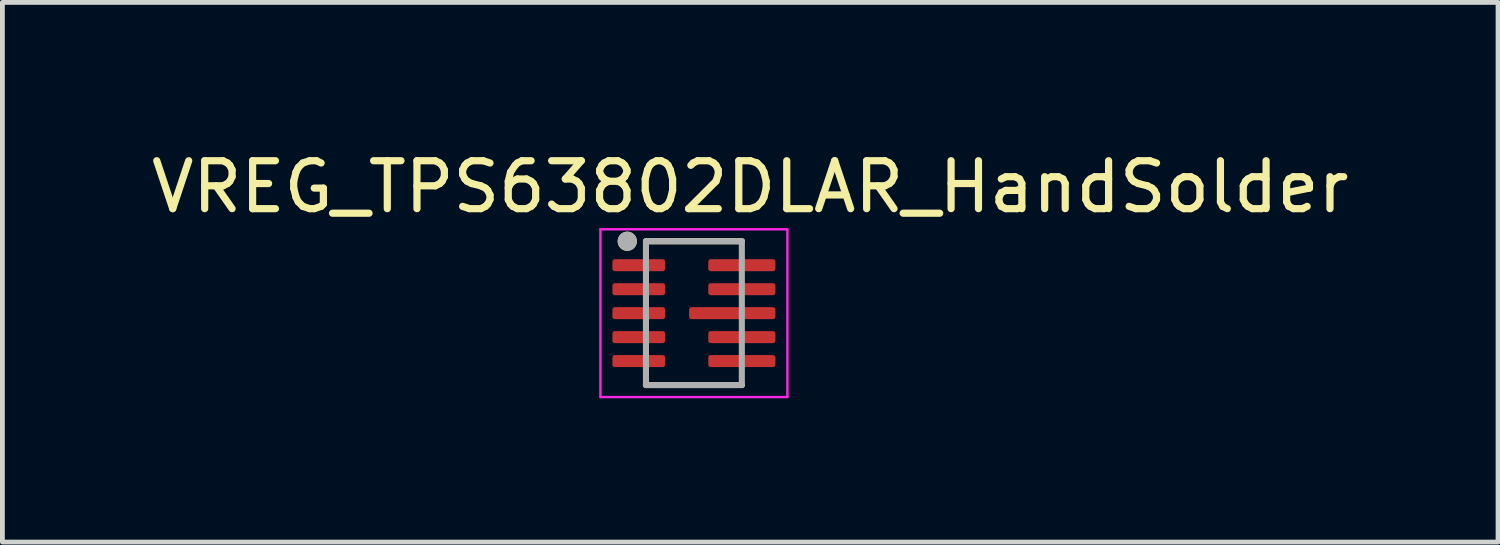
<source format=kicad_pcb>
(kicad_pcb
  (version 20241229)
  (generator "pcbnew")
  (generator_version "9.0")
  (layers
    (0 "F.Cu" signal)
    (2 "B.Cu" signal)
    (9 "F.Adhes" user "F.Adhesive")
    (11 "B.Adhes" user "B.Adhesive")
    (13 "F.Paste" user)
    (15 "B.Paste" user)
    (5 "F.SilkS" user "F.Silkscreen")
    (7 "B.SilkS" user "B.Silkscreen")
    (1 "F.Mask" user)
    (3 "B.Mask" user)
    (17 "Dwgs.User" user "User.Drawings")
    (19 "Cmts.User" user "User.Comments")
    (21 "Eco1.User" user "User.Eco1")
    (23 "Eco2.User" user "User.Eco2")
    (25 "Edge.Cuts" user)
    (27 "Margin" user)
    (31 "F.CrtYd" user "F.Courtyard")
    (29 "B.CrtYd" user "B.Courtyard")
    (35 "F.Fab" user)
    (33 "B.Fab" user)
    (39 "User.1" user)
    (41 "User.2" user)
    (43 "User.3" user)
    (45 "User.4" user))
  (footprint "VREG_TPS63802DLAR_HandSolder"
    (layer "F.Cu")
    (at 11.426 3.483)
    (property "Reference" "VREG_TPS63802DLAR_HandSolder" (at 1.175 -2.635 0) (layer "F.SilkS") (effects (font (size 1 1) (thickness 0.15))))
    (attr smd)
    (fp_poly (pts (xy -1.04 -1.075) (xy -1.04 -0.925) (xy -1.04 -0.919) (xy -1.041 -0.912) (xy -1.041 -0.906) (xy -1.043 -0.9) (xy -1.044 -0.894) (xy -1.046 -0.888) (xy -1.048 -0.882) (xy -1.05 -0.876) (xy -1.053 -0.871) (xy -1.056 -0.865) (xy -1.059 -0.86) (xy -1.063 -0.854) (xy -1.067 -0.849) (xy -1.071 -0.845) (xy -1.075 -0.84) (xy -1.08 -0.836) (xy -1.084 -0.832) (xy -1.089 -0.828) (xy -1.095 -0.824) (xy -1.1 -0.821) (xy -1.106 -0.818) (xy -1.111 -0.815) (xy -1.117 -0.813) (xy -1.123 -0.811) (xy -1.129 -0.809) (xy -1.135 -0.808) (xy -1.141 -0.806) (xy -1.147 -0.806) (xy -1.154 -0.805) (xy -1.16 -0.805) (xy -1.66 -0.805) (xy -1.666 -0.805) (xy -1.673 -0.806) (xy -1.679 -0.806) (xy -1.685 -0.808) (xy -1.691 -0.809) (xy -1.697 -0.811) (xy -1.703 -0.813) (xy -1.709 -0.815) (xy -1.714 -0.818) (xy -1.72 -0.821) (xy -1.725 -0.824) (xy -1.731 -0.828) (xy -1.736 -0.832) (xy -1.74 -0.836) (xy -1.745 -0.84) (xy -1.749 -0.845) (xy -1.753 -0.849) (xy -1.757 -0.854) (xy -1.761 -0.86) (xy -1.764 -0.865) (xy -1.767 -0.871) (xy -1.77 -0.876) (xy -1.772 -0.882) (xy -1.774 -0.888) (xy -1.776 -0.894) (xy -1.777 -0.9) (xy -1.779 -0.906) (xy -1.779 -0.912) (xy -1.78 -0.919) (xy -1.78 -0.925) (xy -1.78 -1.075) (xy -1.78 -1.081) (xy -1.779 -1.088) (xy -1.779 -1.094) (xy -1.777 -1.1) (xy -1.776 -1.106) (xy -1.774 -1.112) (xy -1.772 -1.118) (xy -1.77 -1.124) (xy -1.767 -1.129) (xy -1.764 -1.135) (xy -1.761 -1.14) (xy -1.757 -1.146) (xy -1.753 -1.151) (xy -1.749 -1.155) (xy -1.745 -1.16) (xy -1.74 -1.164) (xy -1.736 -1.168) (xy -1.731 -1.172) (xy -1.725 -1.176) (xy -1.72 -1.179) (xy -1.714 -1.182) (xy -1.709 -1.185) (xy -1.703 -1.187) (xy -1.697 -1.189) (xy -1.691 -1.191) (xy -1.685 -1.192) (xy -1.679 -1.194) (xy -1.673 -1.194) (xy -1.666 -1.195) (xy -1.66 -1.195) (xy -1.16 -1.195) (xy -1.154 -1.195) (xy -1.147 -1.194) (xy -1.141 -1.194) (xy -1.135 -1.192) (xy -1.129 -1.191) (xy -1.123 -1.189) (xy -1.117 -1.187) (xy -1.111 -1.185) (xy -1.106 -1.182) (xy -1.1 -1.179) (xy -1.095 -1.176) (xy -1.089 -1.172) (xy -1.084 -1.168) (xy -1.08 -1.164) (xy -1.075 -1.16) (xy -1.071 -1.155) (xy -1.067 -1.151) (xy -1.063 -1.146) (xy -1.059 -1.14) (xy -1.056 -1.135) (xy -1.053 -1.129) (xy -1.05 -1.124) (xy -1.048 -1.118) (xy -1.046 -1.112) (xy -1.044 -1.106) (xy -1.043 -1.1) (xy -1.041 -1.094) (xy -1.041 -1.088) (xy -1.04 -1.081) (xy -1.04 -1.075)) (stroke (width 0.01) (type solid)) (fill yes) (layer "F.Mask"))
    (fp_poly (pts (xy -1.04 -0.575) (xy -1.04 -0.425) (xy -1.04 -0.419) (xy -1.041 -0.412) (xy -1.041 -0.406) (xy -1.043 -0.4) (xy -1.044 -0.394) (xy -1.046 -0.388) (xy -1.048 -0.382) (xy -1.05 -0.376) (xy -1.053 -0.371) (xy -1.056 -0.365) (xy -1.059 -0.36) (xy -1.063 -0.354) (xy -1.067 -0.349) (xy -1.071 -0.345) (xy -1.075 -0.34) (xy -1.08 -0.336) (xy -1.084 -0.332) (xy -1.089 -0.328) (xy -1.095 -0.324) (xy -1.1 -0.321) (xy -1.106 -0.318) (xy -1.111 -0.315) (xy -1.117 -0.313) (xy -1.123 -0.311) (xy -1.129 -0.309) (xy -1.135 -0.308) (xy -1.141 -0.306) (xy -1.147 -0.306) (xy -1.154 -0.305) (xy -1.16 -0.305) (xy -1.66 -0.305) (xy -1.666 -0.305) (xy -1.673 -0.306) (xy -1.679 -0.306) (xy -1.685 -0.308) (xy -1.691 -0.309) (xy -1.697 -0.311) (xy -1.703 -0.313) (xy -1.709 -0.315) (xy -1.714 -0.318) (xy -1.72 -0.321) (xy -1.725 -0.324) (xy -1.731 -0.328) (xy -1.736 -0.332) (xy -1.74 -0.336) (xy -1.745 -0.34) (xy -1.749 -0.345) (xy -1.753 -0.349) (xy -1.757 -0.354) (xy -1.761 -0.36) (xy -1.764 -0.365) (xy -1.767 -0.371) (xy -1.77 -0.376) (xy -1.772 -0.382) (xy -1.774 -0.388) (xy -1.776 -0.394) (xy -1.777 -0.4) (xy -1.779 -0.406) (xy -1.779 -0.412) (xy -1.78 -0.419) (xy -1.78 -0.425) (xy -1.78 -0.575) (xy -1.78 -0.581) (xy -1.779 -0.588) (xy -1.779 -0.594) (xy -1.777 -0.6) (xy -1.776 -0.606) (xy -1.774 -0.612) (xy -1.772 -0.618) (xy -1.77 -0.624) (xy -1.767 -0.629) (xy -1.764 -0.635) (xy -1.761 -0.64) (xy -1.757 -0.646) (xy -1.753 -0.651) (xy -1.749 -0.655) (xy -1.745 -0.66) (xy -1.74 -0.664) (xy -1.736 -0.668) (xy -1.731 -0.672) (xy -1.725 -0.676) (xy -1.72 -0.679) (xy -1.714 -0.682) (xy -1.709 -0.685) (xy -1.703 -0.687) (xy -1.697 -0.689) (xy -1.691 -0.691) (xy -1.685 -0.692) (xy -1.679 -0.694) (xy -1.673 -0.694) (xy -1.666 -0.695) (xy -1.66 -0.695) (xy -1.16 -0.695) (xy -1.154 -0.695) (xy -1.147 -0.694) (xy -1.141 -0.694) (xy -1.135 -0.692) (xy -1.129 -0.691) (xy -1.123 -0.689) (xy -1.117 -0.687) (xy -1.111 -0.685) (xy -1.106 -0.682) (xy -1.1 -0.679) (xy -1.095 -0.676) (xy -1.089 -0.672) (xy -1.084 -0.668) (xy -1.08 -0.664) (xy -1.075 -0.66) (xy -1.071 -0.655) (xy -1.067 -0.651) (xy -1.063 -0.646) (xy -1.059 -0.64) (xy -1.056 -0.635) (xy -1.053 -0.629) (xy -1.05 -0.624) (xy -1.048 -0.618) (xy -1.046 -0.612) (xy -1.044 -0.606) (xy -1.043 -0.6) (xy -1.041 -0.594) (xy -1.041 -0.588) (xy -1.04 -0.581) (xy -1.04 -0.575)) (stroke (width 0.01) (type solid)) (fill yes) (layer "F.Mask"))
    (fp_poly (pts (xy -1.04 -0.075) (xy -1.04 0.075) (xy -1.04 0.081) (xy -1.041 0.088) (xy -1.041 0.094) (xy -1.043 0.1) (xy -1.044 0.106) (xy -1.046 0.112) (xy -1.048 0.118) (xy -1.05 0.124) (xy -1.053 0.129) (xy -1.056 0.135) (xy -1.059 0.14) (xy -1.063 0.146) (xy -1.067 0.151) (xy -1.071 0.155) (xy -1.075 0.16) (xy -1.08 0.164) (xy -1.084 0.168) (xy -1.089 0.172) (xy -1.095 0.176) (xy -1.1 0.179) (xy -1.106 0.182) (xy -1.111 0.185) (xy -1.117 0.187) (xy -1.123 0.189) (xy -1.129 0.191) (xy -1.135 0.192) (xy -1.141 0.194) (xy -1.147 0.194) (xy -1.154 0.195) (xy -1.16 0.195) (xy -1.66 0.195) (xy -1.666 0.195) (xy -1.673 0.194) (xy -1.679 0.194) (xy -1.685 0.192) (xy -1.691 0.191) (xy -1.697 0.189) (xy -1.703 0.187) (xy -1.709 0.185) (xy -1.714 0.182) (xy -1.72 0.179) (xy -1.725 0.176) (xy -1.731 0.172) (xy -1.736 0.168) (xy -1.74 0.164) (xy -1.745 0.16) (xy -1.749 0.155) (xy -1.753 0.151) (xy -1.757 0.146) (xy -1.761 0.14) (xy -1.764 0.135) (xy -1.767 0.129) (xy -1.77 0.124) (xy -1.772 0.118) (xy -1.774 0.112) (xy -1.776 0.106) (xy -1.777 0.1) (xy -1.779 0.094) (xy -1.779 0.088) (xy -1.78 0.081) (xy -1.78 0.075) (xy -1.78 -0.075) (xy -1.78 -0.081) (xy -1.779 -0.088) (xy -1.779 -0.094) (xy -1.777 -0.1) (xy -1.776 -0.106) (xy -1.774 -0.112) (xy -1.772 -0.118) (xy -1.77 -0.124) (xy -1.767 -0.129) (xy -1.764 -0.135) (xy -1.761 -0.14) (xy -1.757 -0.146) (xy -1.753 -0.151) (xy -1.749 -0.155) (xy -1.745 -0.16) (xy -1.74 -0.164) (xy -1.736 -0.168) (xy -1.731 -0.172) (xy -1.725 -0.176) (xy -1.72 -0.179) (xy -1.714 -0.182) (xy -1.709 -0.185) (xy -1.703 -0.187) (xy -1.697 -0.189) (xy -1.691 -0.191) (xy -1.685 -0.192) (xy -1.679 -0.194) (xy -1.673 -0.194) (xy -1.666 -0.195) (xy -1.66 -0.195) (xy -1.16 -0.195) (xy -1.154 -0.195) (xy -1.147 -0.194) (xy -1.141 -0.194) (xy -1.135 -0.192) (xy -1.129 -0.191) (xy -1.123 -0.189) (xy -1.117 -0.187) (xy -1.111 -0.185) (xy -1.106 -0.182) (xy -1.1 -0.179) (xy -1.095 -0.176) (xy -1.089 -0.172) (xy -1.084 -0.168) (xy -1.08 -0.164) (xy -1.075 -0.16) (xy -1.071 -0.155) (xy -1.067 -0.151) (xy -1.063 -0.146) (xy -1.059 -0.14) (xy -1.056 -0.135) (xy -1.053 -0.129) (xy -1.05 -0.124) (xy -1.048 -0.118) (xy -1.046 -0.112) (xy -1.044 -0.106) (xy -1.043 -0.1) (xy -1.041 -0.094) (xy -1.041 -0.088) (xy -1.04 -0.081) (xy -1.04 -0.075)) (stroke (width 0.01) (type solid)) (fill yes) (layer "F.Mask"))
    (fp_poly (pts (xy -1.04 0.425) (xy -1.04 0.575) (xy -1.04 0.581) (xy -1.041 0.588) (xy -1.041 0.594) (xy -1.043 0.6) (xy -1.044 0.606) (xy -1.046 0.612) (xy -1.048 0.618) (xy -1.05 0.624) (xy -1.053 0.629) (xy -1.056 0.635) (xy -1.059 0.64) (xy -1.063 0.646) (xy -1.067 0.651) (xy -1.071 0.655) (xy -1.075 0.66) (xy -1.08 0.664) (xy -1.084 0.668) (xy -1.089 0.672) (xy -1.095 0.676) (xy -1.1 0.679) (xy -1.106 0.682) (xy -1.111 0.685) (xy -1.117 0.687) (xy -1.123 0.689) (xy -1.129 0.691) (xy -1.135 0.692) (xy -1.141 0.694) (xy -1.147 0.694) (xy -1.154 0.695) (xy -1.16 0.695) (xy -1.66 0.695) (xy -1.666 0.695) (xy -1.673 0.694) (xy -1.679 0.694) (xy -1.685 0.692) (xy -1.691 0.691) (xy -1.697 0.689) (xy -1.703 0.687) (xy -1.709 0.685) (xy -1.714 0.682) (xy -1.72 0.679) (xy -1.725 0.676) (xy -1.731 0.672) (xy -1.736 0.668) (xy -1.74 0.664) (xy -1.745 0.66) (xy -1.749 0.655) (xy -1.753 0.651) (xy -1.757 0.646) (xy -1.761 0.64) (xy -1.764 0.635) (xy -1.767 0.629) (xy -1.77 0.624) (xy -1.772 0.618) (xy -1.774 0.612) (xy -1.776 0.606) (xy -1.777 0.6) (xy -1.779 0.594) (xy -1.779 0.588) (xy -1.78 0.581) (xy -1.78 0.575) (xy -1.78 0.425) (xy -1.78 0.419) (xy -1.779 0.412) (xy -1.779 0.406) (xy -1.777 0.4) (xy -1.776 0.394) (xy -1.774 0.388) (xy -1.772 0.382) (xy -1.77 0.376) (xy -1.767 0.371) (xy -1.764 0.365) (xy -1.761 0.36) (xy -1.757 0.354) (xy -1.753 0.349) (xy -1.749 0.345) (xy -1.745 0.34) (xy -1.74 0.336) (xy -1.736 0.332) (xy -1.731 0.328) (xy -1.725 0.324) (xy -1.72 0.321) (xy -1.714 0.318) (xy -1.709 0.315) (xy -1.703 0.313) (xy -1.697 0.311) (xy -1.691 0.309) (xy -1.685 0.308) (xy -1.679 0.306) (xy -1.673 0.306) (xy -1.666 0.305) (xy -1.66 0.305) (xy -1.16 0.305) (xy -1.154 0.305) (xy -1.147 0.306) (xy -1.141 0.306) (xy -1.135 0.308) (xy -1.129 0.309) (xy -1.123 0.311) (xy -1.117 0.313) (xy -1.111 0.315) (xy -1.106 0.318) (xy -1.1 0.321) (xy -1.095 0.324) (xy -1.089 0.328) (xy -1.084 0.332) (xy -1.08 0.336) (xy -1.075 0.34) (xy -1.071 0.345) (xy -1.067 0.349) (xy -1.063 0.354) (xy -1.059 0.36) (xy -1.056 0.365) (xy -1.053 0.371) (xy -1.05 0.376) (xy -1.048 0.382) (xy -1.046 0.388) (xy -1.044 0.394) (xy -1.043 0.4) (xy -1.041 0.406) (xy -1.041 0.412) (xy -1.04 0.419) (xy -1.04 0.425)) (stroke (width 0.01) (type solid)) (fill yes) (layer "F.Mask"))
    (fp_poly (pts (xy -1.04 0.925) (xy -1.04 1.075) (xy -1.04 1.081) (xy -1.041 1.088) (xy -1.041 1.094) (xy -1.043 1.1) (xy -1.044 1.106) (xy -1.046 1.112) (xy -1.048 1.118) (xy -1.05 1.124) (xy -1.053 1.129) (xy -1.056 1.135) (xy -1.059 1.14) (xy -1.063 1.146) (xy -1.067 1.151) (xy -1.071 1.155) (xy -1.075 1.16) (xy -1.08 1.164) (xy -1.084 1.168) (xy -1.089 1.172) (xy -1.095 1.176) (xy -1.1 1.179) (xy -1.106 1.182) (xy -1.111 1.185) (xy -1.117 1.187) (xy -1.123 1.189) (xy -1.129 1.191) (xy -1.135 1.192) (xy -1.141 1.194) (xy -1.147 1.194) (xy -1.154 1.195) (xy -1.16 1.195) (xy -1.66 1.195) (xy -1.666 1.195) (xy -1.673 1.194) (xy -1.679 1.194) (xy -1.685 1.192) (xy -1.691 1.191) (xy -1.697 1.189) (xy -1.703 1.187) (xy -1.709 1.185) (xy -1.714 1.182) (xy -1.72 1.179) (xy -1.725 1.176) (xy -1.731 1.172) (xy -1.736 1.168) (xy -1.74 1.164) (xy -1.745 1.16) (xy -1.749 1.155) (xy -1.753 1.151) (xy -1.757 1.146) (xy -1.761 1.14) (xy -1.764 1.135) (xy -1.767 1.129) (xy -1.77 1.124) (xy -1.772 1.118) (xy -1.774 1.112) (xy -1.776 1.106) (xy -1.777 1.1) (xy -1.779 1.094) (xy -1.779 1.088) (xy -1.78 1.081) (xy -1.78 1.075) (xy -1.78 0.925) (xy -1.78 0.919) (xy -1.779 0.912) (xy -1.779 0.906) (xy -1.777 0.9) (xy -1.776 0.894) (xy -1.774 0.888) (xy -1.772 0.882) (xy -1.77 0.876) (xy -1.767 0.871) (xy -1.764 0.865) (xy -1.761 0.86) (xy -1.757 0.854) (xy -1.753 0.849) (xy -1.749 0.845) (xy -1.745 0.84) (xy -1.74 0.836) (xy -1.736 0.832) (xy -1.731 0.828) (xy -1.725 0.824) (xy -1.72 0.821) (xy -1.714 0.818) (xy -1.709 0.815) (xy -1.703 0.813) (xy -1.697 0.811) (xy -1.691 0.809) (xy -1.685 0.808) (xy -1.679 0.806) (xy -1.673 0.806) (xy -1.666 0.805) (xy -1.66 0.805) (xy -1.16 0.805) (xy -1.154 0.805) (xy -1.147 0.806) (xy -1.141 0.806) (xy -1.135 0.808) (xy -1.129 0.809) (xy -1.123 0.811) (xy -1.117 0.813) (xy -1.111 0.815) (xy -1.106 0.818) (xy -1.1 0.821) (xy -1.095 0.824) (xy -1.089 0.828) (xy -1.084 0.832) (xy -1.08 0.836) (xy -1.075 0.84) (xy -1.071 0.845) (xy -1.067 0.849) (xy -1.063 0.854) (xy -1.059 0.86) (xy -1.056 0.865) (xy -1.053 0.871) (xy -1.05 0.876) (xy -1.048 0.882) (xy -1.046 0.888) (xy -1.044 0.894) (xy -1.043 0.9) (xy -1.041 0.906) (xy -1.041 0.912) (xy -1.04 0.919) (xy -1.04 0.925)) (stroke (width 0.01) (type solid)) (fill yes) (layer "F.Mask"))
    (fp_poly (pts (xy -0.53 -1.075) (xy -0.53 -0.925) (xy -0.53 -0.919) (xy -0.531 -0.912) (xy -0.531 -0.906) (xy -0.533 -0.9) (xy -0.534 -0.894) (xy -0.536 -0.888) (xy -0.538 -0.882) (xy -0.54 -0.876) (xy -0.543 -0.871) (xy -0.546 -0.865) (xy -0.549 -0.86) (xy -0.553 -0.854) (xy -0.557 -0.849) (xy -0.561 -0.845) (xy -0.565 -0.84) (xy -0.57 -0.836) (xy -0.574 -0.832) (xy -0.579 -0.828) (xy -0.585 -0.824) (xy -0.59 -0.821) (xy -0.596 -0.818) (xy -0.601 -0.815) (xy -0.607 -0.813) (xy -0.613 -0.811) (xy -0.619 -0.809) (xy -0.625 -0.808) (xy -0.631 -0.806) (xy -0.637 -0.806) (xy -0.644 -0.805) (xy -0.65 -0.805) (xy -1.15 -0.805) (xy -1.156 -0.805) (xy -1.163 -0.806) (xy -1.169 -0.806) (xy -1.175 -0.808) (xy -1.181 -0.809) (xy -1.187 -0.811) (xy -1.193 -0.813) (xy -1.199 -0.815) (xy -1.204 -0.818) (xy -1.21 -0.821) (xy -1.215 -0.824) (xy -1.221 -0.828) (xy -1.226 -0.832) (xy -1.23 -0.836) (xy -1.235 -0.84) (xy -1.239 -0.845) (xy -1.243 -0.849) (xy -1.247 -0.854) (xy -1.251 -0.86) (xy -1.254 -0.865) (xy -1.257 -0.871) (xy -1.26 -0.876) (xy -1.262 -0.882) (xy -1.264 -0.888) (xy -1.266 -0.894) (xy -1.267 -0.9) (xy -1.269 -0.906) (xy -1.269 -0.912) (xy -1.27 -0.919) (xy -1.27 -0.925) (xy -1.27 -1.075) (xy -1.27 -1.081) (xy -1.269 -1.088) (xy -1.269 -1.094) (xy -1.267 -1.1) (xy -1.266 -1.106) (xy -1.264 -1.112) (xy -1.262 -1.118) (xy -1.26 -1.124) (xy -1.257 -1.129) (xy -1.254 -1.135) (xy -1.251 -1.14) (xy -1.247 -1.146) (xy -1.243 -1.151) (xy -1.239 -1.155) (xy -1.235 -1.16) (xy -1.23 -1.164) (xy -1.226 -1.168) (xy -1.221 -1.172) (xy -1.215 -1.176) (xy -1.21 -1.179) (xy -1.204 -1.182) (xy -1.199 -1.185) (xy -1.193 -1.187) (xy -1.187 -1.189) (xy -1.181 -1.191) (xy -1.175 -1.192) (xy -1.169 -1.194) (xy -1.163 -1.194) (xy -1.156 -1.195) (xy -1.15 -1.195) (xy -0.65 -1.195) (xy -0.644 -1.195) (xy -0.637 -1.194) (xy -0.631 -1.194) (xy -0.625 -1.192) (xy -0.619 -1.191) (xy -0.613 -1.189) (xy -0.607 -1.187) (xy -0.601 -1.185) (xy -0.596 -1.182) (xy -0.59 -1.179) (xy -0.585 -1.176) (xy -0.579 -1.172) (xy -0.574 -1.168) (xy -0.57 -1.164) (xy -0.565 -1.16) (xy -0.561 -1.155) (xy -0.557 -1.151) (xy -0.553 -1.146) (xy -0.549 -1.14) (xy -0.546 -1.135) (xy -0.543 -1.129) (xy -0.54 -1.124) (xy -0.538 -1.118) (xy -0.536 -1.112) (xy -0.534 -1.106) (xy -0.533 -1.1) (xy -0.531 -1.094) (xy -0.531 -1.088) (xy -0.53 -1.081) (xy -0.53 -1.075)) (stroke (width 0.01) (type solid)) (fill yes) (layer "F.Mask"))
    (fp_poly (pts (xy -0.53 -0.575) (xy -0.53 -0.425) (xy -0.53 -0.419) (xy -0.531 -0.412) (xy -0.531 -0.406) (xy -0.533 -0.4) (xy -0.534 -0.394) (xy -0.536 -0.388) (xy -0.538 -0.382) (xy -0.54 -0.376) (xy -0.543 -0.371) (xy -0.546 -0.365) (xy -0.549 -0.36) (xy -0.553 -0.354) (xy -0.557 -0.349) (xy -0.561 -0.345) (xy -0.565 -0.34) (xy -0.57 -0.336) (xy -0.574 -0.332) (xy -0.579 -0.328) (xy -0.585 -0.324) (xy -0.59 -0.321) (xy -0.596 -0.318) (xy -0.601 -0.315) (xy -0.607 -0.313) (xy -0.613 -0.311) (xy -0.619 -0.309) (xy -0.625 -0.308) (xy -0.631 -0.306) (xy -0.637 -0.306) (xy -0.644 -0.305) (xy -0.65 -0.305) (xy -1.15 -0.305) (xy -1.156 -0.305) (xy -1.163 -0.306) (xy -1.169 -0.306) (xy -1.175 -0.308) (xy -1.181 -0.309) (xy -1.187 -0.311) (xy -1.193 -0.313) (xy -1.199 -0.315) (xy -1.204 -0.318) (xy -1.21 -0.321) (xy -1.215 -0.324) (xy -1.221 -0.328) (xy -1.226 -0.332) (xy -1.23 -0.336) (xy -1.235 -0.34) (xy -1.239 -0.345) (xy -1.243 -0.349) (xy -1.247 -0.354) (xy -1.251 -0.36) (xy -1.254 -0.365) (xy -1.257 -0.371) (xy -1.26 -0.376) (xy -1.262 -0.382) (xy -1.264 -0.388) (xy -1.266 -0.394) (xy -1.267 -0.4) (xy -1.269 -0.406) (xy -1.269 -0.412) (xy -1.27 -0.419) (xy -1.27 -0.425) (xy -1.27 -0.575) (xy -1.27 -0.581) (xy -1.269 -0.588) (xy -1.269 -0.594) (xy -1.267 -0.6) (xy -1.266 -0.606) (xy -1.264 -0.612) (xy -1.262 -0.618) (xy -1.26 -0.624) (xy -1.257 -0.629) (xy -1.254 -0.635) (xy -1.251 -0.64) (xy -1.247 -0.646) (xy -1.243 -0.651) (xy -1.239 -0.655) (xy -1.235 -0.66) (xy -1.23 -0.664) (xy -1.226 -0.668) (xy -1.221 -0.672) (xy -1.215 -0.676) (xy -1.21 -0.679) (xy -1.204 -0.682) (xy -1.199 -0.685) (xy -1.193 -0.687) (xy -1.187 -0.689) (xy -1.181 -0.691) (xy -1.175 -0.692) (xy -1.169 -0.694) (xy -1.163 -0.694) (xy -1.156 -0.695) (xy -1.15 -0.695) (xy -0.65 -0.695) (xy -0.644 -0.695) (xy -0.637 -0.694) (xy -0.631 -0.694) (xy -0.625 -0.692) (xy -0.619 -0.691) (xy -0.613 -0.689) (xy -0.607 -0.687) (xy -0.601 -0.685) (xy -0.596 -0.682) (xy -0.59 -0.679) (xy -0.585 -0.676) (xy -0.579 -0.672) (xy -0.574 -0.668) (xy -0.57 -0.664) (xy -0.565 -0.66) (xy -0.561 -0.655) (xy -0.557 -0.651) (xy -0.553 -0.646) (xy -0.549 -0.64) (xy -0.546 -0.635) (xy -0.543 -0.629) (xy -0.54 -0.624) (xy -0.538 -0.618) (xy -0.536 -0.612) (xy -0.534 -0.606) (xy -0.533 -0.6) (xy -0.531 -0.594) (xy -0.531 -0.588) (xy -0.53 -0.581) (xy -0.53 -0.575)) (stroke (width 0.01) (type solid)) (fill yes) (layer "F.Mask"))
    (fp_poly (pts (xy -0.53 -0.075) (xy -0.53 0.075) (xy -0.53 0.081) (xy -0.531 0.088) (xy -0.531 0.094) (xy -0.533 0.1) (xy -0.534 0.106) (xy -0.536 0.112) (xy -0.538 0.118) (xy -0.54 0.124) (xy -0.543 0.129) (xy -0.546 0.135) (xy -0.549 0.14) (xy -0.553 0.146) (xy -0.557 0.151) (xy -0.561 0.155) (xy -0.565 0.16) (xy -0.57 0.164) (xy -0.574 0.168) (xy -0.579 0.172) (xy -0.585 0.176) (xy -0.59 0.179) (xy -0.596 0.182) (xy -0.601 0.185) (xy -0.607 0.187) (xy -0.613 0.189) (xy -0.619 0.191) (xy -0.625 0.192) (xy -0.631 0.194) (xy -0.637 0.194) (xy -0.644 0.195) (xy -0.65 0.195) (xy -1.15 0.195) (xy -1.156 0.195) (xy -1.163 0.194) (xy -1.169 0.194) (xy -1.175 0.192) (xy -1.181 0.191) (xy -1.187 0.189) (xy -1.193 0.187) (xy -1.199 0.185) (xy -1.204 0.182) (xy -1.21 0.179) (xy -1.215 0.176) (xy -1.221 0.172) (xy -1.226 0.168) (xy -1.23 0.164) (xy -1.235 0.16) (xy -1.239 0.155) (xy -1.243 0.151) (xy -1.247 0.146) (xy -1.251 0.14) (xy -1.254 0.135) (xy -1.257 0.129) (xy -1.26 0.124) (xy -1.262 0.118) (xy -1.264 0.112) (xy -1.266 0.106) (xy -1.267 0.1) (xy -1.269 0.094) (xy -1.269 0.088) (xy -1.27 0.081) (xy -1.27 0.075) (xy -1.27 -0.075) (xy -1.27 -0.081) (xy -1.269 -0.088) (xy -1.269 -0.094) (xy -1.267 -0.1) (xy -1.266 -0.106) (xy -1.264 -0.112) (xy -1.262 -0.118) (xy -1.26 -0.124) (xy -1.257 -0.129) (xy -1.254 -0.135) (xy -1.251 -0.14) (xy -1.247 -0.146) (xy -1.243 -0.151) (xy -1.239 -0.155) (xy -1.235 -0.16) (xy -1.23 -0.164) (xy -1.226 -0.168) (xy -1.221 -0.172) (xy -1.215 -0.176) (xy -1.21 -0.179) (xy -1.204 -0.182) (xy -1.199 -0.185) (xy -1.193 -0.187) (xy -1.187 -0.189) (xy -1.181 -0.191) (xy -1.175 -0.192) (xy -1.169 -0.194) (xy -1.163 -0.194) (xy -1.156 -0.195) (xy -1.15 -0.195) (xy -0.65 -0.195) (xy -0.644 -0.195) (xy -0.637 -0.194) (xy -0.631 -0.194) (xy -0.625 -0.192) (xy -0.619 -0.191) (xy -0.613 -0.189) (xy -0.607 -0.187) (xy -0.601 -0.185) (xy -0.596 -0.182) (xy -0.59 -0.179) (xy -0.585 -0.176) (xy -0.579 -0.172) (xy -0.574 -0.168) (xy -0.57 -0.164) (xy -0.565 -0.16) (xy -0.561 -0.155) (xy -0.557 -0.151) (xy -0.553 -0.146) (xy -0.549 -0.14) (xy -0.546 -0.135) (xy -0.543 -0.129) (xy -0.54 -0.124) (xy -0.538 -0.118) (xy -0.536 -0.112) (xy -0.534 -0.106) (xy -0.533 -0.1) (xy -0.531 -0.094) (xy -0.531 -0.088) (xy -0.53 -0.081) (xy -0.53 -0.075)) (stroke (width 0.01) (type solid)) (fill yes) (layer "F.Mask"))
    (fp_poly (pts (xy -0.53 0.425) (xy -0.53 0.575) (xy -0.53 0.581) (xy -0.531 0.588) (xy -0.531 0.594) (xy -0.533 0.6) (xy -0.534 0.606) (xy -0.536 0.612) (xy -0.538 0.618) (xy -0.54 0.624) (xy -0.543 0.629) (xy -0.546 0.635) (xy -0.549 0.64) (xy -0.553 0.646) (xy -0.557 0.651) (xy -0.561 0.655) (xy -0.565 0.66) (xy -0.57 0.664) (xy -0.574 0.668) (xy -0.579 0.672) (xy -0.585 0.676) (xy -0.59 0.679) (xy -0.596 0.682) (xy -0.601 0.685) (xy -0.607 0.687) (xy -0.613 0.689) (xy -0.619 0.691) (xy -0.625 0.692) (xy -0.631 0.694) (xy -0.637 0.694) (xy -0.644 0.695) (xy -0.65 0.695) (xy -1.15 0.695) (xy -1.156 0.695) (xy -1.163 0.694) (xy -1.169 0.694) (xy -1.175 0.692) (xy -1.181 0.691) (xy -1.187 0.689) (xy -1.193 0.687) (xy -1.199 0.685) (xy -1.204 0.682) (xy -1.21 0.679) (xy -1.215 0.676) (xy -1.221 0.672) (xy -1.226 0.668) (xy -1.23 0.664) (xy -1.235 0.66) (xy -1.239 0.655) (xy -1.243 0.651) (xy -1.247 0.646) (xy -1.251 0.64) (xy -1.254 0.635) (xy -1.257 0.629) (xy -1.26 0.624) (xy -1.262 0.618) (xy -1.264 0.612) (xy -1.266 0.606) (xy -1.267 0.6) (xy -1.269 0.594) (xy -1.269 0.588) (xy -1.27 0.581) (xy -1.27 0.575) (xy -1.27 0.425) (xy -1.27 0.419) (xy -1.269 0.412) (xy -1.269 0.406) (xy -1.267 0.4) (xy -1.266 0.394) (xy -1.264 0.388) (xy -1.262 0.382) (xy -1.26 0.376) (xy -1.257 0.371) (xy -1.254 0.365) (xy -1.251 0.36) (xy -1.247 0.354) (xy -1.243 0.349) (xy -1.239 0.345) (xy -1.235 0.34) (xy -1.23 0.336) (xy -1.226 0.332) (xy -1.221 0.328) (xy -1.215 0.324) (xy -1.21 0.321) (xy -1.204 0.318) (xy -1.199 0.315) (xy -1.193 0.313) (xy -1.187 0.311) (xy -1.181 0.309) (xy -1.175 0.308) (xy -1.169 0.306) (xy -1.163 0.306) (xy -1.156 0.305) (xy -1.15 0.305) (xy -0.65 0.305) (xy -0.644 0.305) (xy -0.637 0.306) (xy -0.631 0.306) (xy -0.625 0.308) (xy -0.619 0.309) (xy -0.613 0.311) (xy -0.607 0.313) (xy -0.601 0.315) (xy -0.596 0.318) (xy -0.59 0.321) (xy -0.585 0.324) (xy -0.579 0.328) (xy -0.574 0.332) (xy -0.57 0.336) (xy -0.565 0.34) (xy -0.561 0.345) (xy -0.557 0.349) (xy -0.553 0.354) (xy -0.549 0.36) (xy -0.546 0.365) (xy -0.543 0.371) (xy -0.54 0.376) (xy -0.538 0.382) (xy -0.536 0.388) (xy -0.534 0.394) (xy -0.533 0.4) (xy -0.531 0.406) (xy -0.531 0.412) (xy -0.53 0.419) (xy -0.53 0.425)) (stroke (width 0.01) (type solid)) (fill yes) (layer "F.Mask"))
    (fp_poly (pts (xy -0.53 0.925) (xy -0.53 1.075) (xy -0.53 1.081) (xy -0.531 1.088) (xy -0.531 1.094) (xy -0.533 1.1) (xy -0.534 1.106) (xy -0.536 1.112) (xy -0.538 1.118) (xy -0.54 1.124) (xy -0.543 1.129) (xy -0.546 1.135) (xy -0.549 1.14) (xy -0.553 1.146) (xy -0.557 1.151) (xy -0.561 1.155) (xy -0.565 1.16) (xy -0.57 1.164) (xy -0.574 1.168) (xy -0.579 1.172) (xy -0.585 1.176) (xy -0.59 1.179) (xy -0.596 1.182) (xy -0.601 1.185) (xy -0.607 1.187) (xy -0.613 1.189) (xy -0.619 1.191) (xy -0.625 1.192) (xy -0.631 1.194) (xy -0.637 1.194) (xy -0.644 1.195) (xy -0.65 1.195) (xy -1.15 1.195) (xy -1.156 1.195) (xy -1.163 1.194) (xy -1.169 1.194) (xy -1.175 1.192) (xy -1.181 1.191) (xy -1.187 1.189) (xy -1.193 1.187) (xy -1.199 1.185) (xy -1.204 1.182) (xy -1.21 1.179) (xy -1.215 1.176) (xy -1.221 1.172) (xy -1.226 1.168) (xy -1.23 1.164) (xy -1.235 1.16) (xy -1.239 1.155) (xy -1.243 1.151) (xy -1.247 1.146) (xy -1.251 1.14) (xy -1.254 1.135) (xy -1.257 1.129) (xy -1.26 1.124) (xy -1.262 1.118) (xy -1.264 1.112) (xy -1.266 1.106) (xy -1.267 1.1) (xy -1.269 1.094) (xy -1.269 1.088) (xy -1.27 1.081) (xy -1.27 1.075) (xy -1.27 0.925) (xy -1.27 0.919) (xy -1.269 0.912) (xy -1.269 0.906) (xy -1.267 0.9) (xy -1.266 0.894) (xy -1.264 0.888) (xy -1.262 0.882) (xy -1.26 0.876) (xy -1.257 0.871) (xy -1.254 0.865) (xy -1.251 0.86) (xy -1.247 0.854) (xy -1.243 0.849) (xy -1.239 0.845) (xy -1.235 0.84) (xy -1.23 0.836) (xy -1.226 0.832) (xy -1.221 0.828) (xy -1.215 0.824) (xy -1.21 0.821) (xy -1.204 0.818) (xy -1.199 0.815) (xy -1.193 0.813) (xy -1.187 0.811) (xy -1.181 0.809) (xy -1.175 0.808) (xy -1.169 0.806) (xy -1.163 0.806) (xy -1.156 0.805) (xy -1.15 0.805) (xy -0.65 0.805) (xy -0.644 0.805) (xy -0.637 0.806) (xy -0.631 0.806) (xy -0.625 0.808) (xy -0.619 0.809) (xy -0.613 0.811) (xy -0.607 0.813) (xy -0.601 0.815) (xy -0.596 0.818) (xy -0.59 0.821) (xy -0.585 0.824) (xy -0.579 0.828) (xy -0.574 0.832) (xy -0.57 0.836) (xy -0.565 0.84) (xy -0.561 0.845) (xy -0.557 0.849) (xy -0.553 0.854) (xy -0.549 0.86) (xy -0.546 0.865) (xy -0.543 0.871) (xy -0.54 0.876) (xy -0.538 0.882) (xy -0.536 0.888) (xy -0.534 0.894) (xy -0.533 0.9) (xy -0.531 0.906) (xy -0.531 0.912) (xy -0.53 0.919) (xy -0.53 0.925)) (stroke (width 0.01) (type solid)) (fill yes) (layer "F.Mask"))
    (fp_poly (pts (xy 1.27 -1.075) (xy 1.27 -0.925) (xy 1.27 -0.919) (xy 1.269 -0.912) (xy 1.269 -0.906) (xy 1.267 -0.9) (xy 1.266 -0.894) (xy 1.264 -0.888) (xy 1.262 -0.882) (xy 1.26 -0.876) (xy 1.257 -0.871) (xy 1.254 -0.865) (xy 1.251 -0.86) (xy 1.247 -0.854) (xy 1.243 -0.849) (xy 1.239 -0.845) (xy 1.235 -0.84) (xy 1.23 -0.836) (xy 1.226 -0.832) (xy 1.221 -0.828) (xy 1.215 -0.824) (xy 1.21 -0.821) (xy 1.204 -0.818) (xy 1.199 -0.815) (xy 1.193 -0.813) (xy 1.187 -0.811) (xy 1.181 -0.809) (xy 1.175 -0.808) (xy 1.169 -0.806) (xy 1.163 -0.806) (xy 1.156 -0.805) (xy 1.15 -0.805) (xy 0.35 -0.805) (xy 0.344 -0.805) (xy 0.337 -0.806) (xy 0.331 -0.806) (xy 0.325 -0.808) (xy 0.319 -0.809) (xy 0.313 -0.811) (xy 0.307 -0.813) (xy 0.301 -0.815) (xy 0.296 -0.818) (xy 0.29 -0.821) (xy 0.285 -0.824) (xy 0.279 -0.828) (xy 0.274 -0.832) (xy 0.27 -0.836) (xy 0.265 -0.84) (xy 0.261 -0.845) (xy 0.257 -0.849) (xy 0.253 -0.854) (xy 0.249 -0.86) (xy 0.246 -0.865) (xy 0.243 -0.871) (xy 0.24 -0.876) (xy 0.238 -0.882) (xy 0.236 -0.888) (xy 0.234 -0.894) (xy 0.233 -0.9) (xy 0.231 -0.906) (xy 0.231 -0.912) (xy 0.23 -0.919) (xy 0.23 -0.925) (xy 0.23 -1.075) (xy 0.23 -1.081) (xy 0.231 -1.088) (xy 0.231 -1.094) (xy 0.233 -1.1) (xy 0.234 -1.106) (xy 0.236 -1.112) (xy 0.238 -1.118) (xy 0.24 -1.124) (xy 0.243 -1.129) (xy 0.246 -1.135) (xy 0.249 -1.14) (xy 0.253 -1.146) (xy 0.257 -1.151) (xy 0.261 -1.155) (xy 0.265 -1.16) (xy 0.27 -1.164) (xy 0.274 -1.168) (xy 0.279 -1.172) (xy 0.285 -1.176) (xy 0.29 -1.179) (xy 0.296 -1.182) (xy 0.301 -1.185) (xy 0.307 -1.187) (xy 0.313 -1.189) (xy 0.319 -1.191) (xy 0.325 -1.192) (xy 0.331 -1.194) (xy 0.337 -1.194) (xy 0.344 -1.195) (xy 0.35 -1.195) (xy 1.15 -1.195) (xy 1.156 -1.195) (xy 1.163 -1.194) (xy 1.169 -1.194) (xy 1.175 -1.192) (xy 1.181 -1.191) (xy 1.187 -1.189) (xy 1.193 -1.187) (xy 1.199 -1.185) (xy 1.204 -1.182) (xy 1.21 -1.179) (xy 1.215 -1.176) (xy 1.221 -1.172) (xy 1.226 -1.168) (xy 1.23 -1.164) (xy 1.235 -1.16) (xy 1.239 -1.155) (xy 1.243 -1.151) (xy 1.247 -1.146) (xy 1.251 -1.14) (xy 1.254 -1.135) (xy 1.257 -1.129) (xy 1.26 -1.124) (xy 1.262 -1.118) (xy 1.264 -1.112) (xy 1.266 -1.106) (xy 1.267 -1.1) (xy 1.269 -1.094) (xy 1.269 -1.088) (xy 1.27 -1.081) (xy 1.27 -1.075)) (stroke (width 0.01) (type solid)) (fill yes) (layer "F.Mask"))
    (fp_poly (pts (xy 1.27 -0.575) (xy 1.27 -0.425) (xy 1.27 -0.419) (xy 1.269 -0.412) (xy 1.269 -0.406) (xy 1.267 -0.4) (xy 1.266 -0.394) (xy 1.264 -0.388) (xy 1.262 -0.382) (xy 1.26 -0.376) (xy 1.257 -0.371) (xy 1.254 -0.365) (xy 1.251 -0.36) (xy 1.247 -0.354) (xy 1.243 -0.349) (xy 1.239 -0.345) (xy 1.235 -0.34) (xy 1.23 -0.336) (xy 1.226 -0.332) (xy 1.221 -0.328) (xy 1.215 -0.324) (xy 1.21 -0.321) (xy 1.204 -0.318) (xy 1.199 -0.315) (xy 1.193 -0.313) (xy 1.187 -0.311) (xy 1.181 -0.309) (xy 1.175 -0.308) (xy 1.169 -0.306) (xy 1.163 -0.306) (xy 1.156 -0.305) (xy 1.15 -0.305) (xy 0.35 -0.305) (xy 0.344 -0.305) (xy 0.337 -0.306) (xy 0.331 -0.306) (xy 0.325 -0.308) (xy 0.319 -0.309) (xy 0.313 -0.311) (xy 0.307 -0.313) (xy 0.301 -0.315) (xy 0.296 -0.318) (xy 0.29 -0.321) (xy 0.285 -0.324) (xy 0.279 -0.328) (xy 0.274 -0.332) (xy 0.27 -0.336) (xy 0.265 -0.34) (xy 0.261 -0.345) (xy 0.257 -0.349) (xy 0.253 -0.354) (xy 0.249 -0.36) (xy 0.246 -0.365) (xy 0.243 -0.371) (xy 0.24 -0.376) (xy 0.238 -0.382) (xy 0.236 -0.388) (xy 0.234 -0.394) (xy 0.233 -0.4) (xy 0.231 -0.406) (xy 0.231 -0.412) (xy 0.23 -0.419) (xy 0.23 -0.425) (xy 0.23 -0.575) (xy 0.23 -0.581) (xy 0.231 -0.588) (xy 0.231 -0.594) (xy 0.233 -0.6) (xy 0.234 -0.606) (xy 0.236 -0.612) (xy 0.238 -0.618) (xy 0.24 -0.624) (xy 0.243 -0.629) (xy 0.246 -0.635) (xy 0.249 -0.64) (xy 0.253 -0.646) (xy 0.257 -0.651) (xy 0.261 -0.655) (xy 0.265 -0.66) (xy 0.27 -0.664) (xy 0.274 -0.668) (xy 0.279 -0.672) (xy 0.285 -0.676) (xy 0.29 -0.679) (xy 0.296 -0.682) (xy 0.301 -0.685) (xy 0.307 -0.687) (xy 0.313 -0.689) (xy 0.319 -0.691) (xy 0.325 -0.692) (xy 0.331 -0.694) (xy 0.337 -0.694) (xy 0.344 -0.695) (xy 0.35 -0.695) (xy 1.15 -0.695) (xy 1.156 -0.695) (xy 1.163 -0.694) (xy 1.169 -0.694) (xy 1.175 -0.692) (xy 1.181 -0.691) (xy 1.187 -0.689) (xy 1.193 -0.687) (xy 1.199 -0.685) (xy 1.204 -0.682) (xy 1.21 -0.679) (xy 1.215 -0.676) (xy 1.221 -0.672) (xy 1.226 -0.668) (xy 1.23 -0.664) (xy 1.235 -0.66) (xy 1.239 -0.655) (xy 1.243 -0.651) (xy 1.247 -0.646) (xy 1.251 -0.64) (xy 1.254 -0.635) (xy 1.257 -0.629) (xy 1.26 -0.624) (xy 1.262 -0.618) (xy 1.264 -0.612) (xy 1.266 -0.606) (xy 1.267 -0.6) (xy 1.269 -0.594) (xy 1.269 -0.588) (xy 1.27 -0.581) (xy 1.27 -0.575)) (stroke (width 0.01) (type solid)) (fill yes) (layer "F.Mask"))
    (fp_poly (pts (xy 1.27 -0.075) (xy 1.27 0.075) (xy 1.27 0.081) (xy 1.269 0.088) (xy 1.269 0.094) (xy 1.267 0.1) (xy 1.266 0.106) (xy 1.264 0.112) (xy 1.262 0.118) (xy 1.26 0.124) (xy 1.257 0.129) (xy 1.254 0.135) (xy 1.251 0.14) (xy 1.247 0.146) (xy 1.243 0.151) (xy 1.239 0.155) (xy 1.235 0.16) (xy 1.23 0.164) (xy 1.226 0.168) (xy 1.221 0.172) (xy 1.215 0.176) (xy 1.21 0.179) (xy 1.204 0.182) (xy 1.199 0.185) (xy 1.193 0.187) (xy 1.187 0.189) (xy 1.181 0.191) (xy 1.175 0.192) (xy 1.169 0.194) (xy 1.163 0.194) (xy 1.156 0.195) (xy 1.15 0.195) (xy -0.05 0.195) (xy -0.056 0.195) (xy -0.063 0.194) (xy -0.069 0.194) (xy -0.075 0.192) (xy -0.081 0.191) (xy -0.087 0.189) (xy -0.093 0.187) (xy -0.099 0.185) (xy -0.104 0.182) (xy -0.11 0.179) (xy -0.115 0.176) (xy -0.121 0.172) (xy -0.126 0.168) (xy -0.13 0.164) (xy -0.135 0.16) (xy -0.139 0.155) (xy -0.143 0.151) (xy -0.147 0.146) (xy -0.151 0.14) (xy -0.154 0.135) (xy -0.157 0.129) (xy -0.16 0.124) (xy -0.162 0.118) (xy -0.164 0.112) (xy -0.166 0.106) (xy -0.167 0.1) (xy -0.169 0.094) (xy -0.169 0.088) (xy -0.17 0.081) (xy -0.17 0.075) (xy -0.17 -0.075) (xy -0.17 -0.081) (xy -0.169 -0.088) (xy -0.169 -0.094) (xy -0.167 -0.1) (xy -0.166 -0.106) (xy -0.164 -0.112) (xy -0.162 -0.118) (xy -0.16 -0.124) (xy -0.157 -0.129) (xy -0.154 -0.135) (xy -0.151 -0.14) (xy -0.147 -0.146) (xy -0.143 -0.151) (xy -0.139 -0.155) (xy -0.135 -0.16) (xy -0.13 -0.164) (xy -0.126 -0.168) (xy -0.121 -0.172) (xy -0.115 -0.176) (xy -0.11 -0.179) (xy -0.104 -0.182) (xy -0.099 -0.185) (xy -0.093 -0.187) (xy -0.087 -0.189) (xy -0.081 -0.191) (xy -0.075 -0.192) (xy -0.069 -0.194) (xy -0.063 -0.194) (xy -0.056 -0.195) (xy -0.05 -0.195) (xy 1.15 -0.195) (xy 1.156 -0.195) (xy 1.163 -0.194) (xy 1.169 -0.194) (xy 1.175 -0.192) (xy 1.181 -0.191) (xy 1.187 -0.189) (xy 1.193 -0.187) (xy 1.199 -0.185) (xy 1.204 -0.182) (xy 1.21 -0.179) (xy 1.215 -0.176) (xy 1.221 -0.172) (xy 1.226 -0.168) (xy 1.23 -0.164) (xy 1.235 -0.16) (xy 1.239 -0.155) (xy 1.243 -0.151) (xy 1.247 -0.146) (xy 1.251 -0.14) (xy 1.254 -0.135) (xy 1.257 -0.129) (xy 1.26 -0.124) (xy 1.262 -0.118) (xy 1.264 -0.112) (xy 1.266 -0.106) (xy 1.267 -0.1) (xy 1.269 -0.094) (xy 1.269 -0.088) (xy 1.27 -0.081) (xy 1.27 -0.075)) (stroke (width 0.01) (type solid)) (fill yes) (layer "F.Mask"))
    (fp_poly (pts (xy 1.27 0.425) (xy 1.27 0.575) (xy 1.27 0.581) (xy 1.269 0.588) (xy 1.269 0.594) (xy 1.267 0.6) (xy 1.266 0.606) (xy 1.264 0.612) (xy 1.262 0.618) (xy 1.26 0.624) (xy 1.257 0.629) (xy 1.254 0.635) (xy 1.251 0.64) (xy 1.247 0.646) (xy 1.243 0.651) (xy 1.239 0.655) (xy 1.235 0.66) (xy 1.23 0.664) (xy 1.226 0.668) (xy 1.221 0.672) (xy 1.215 0.676) (xy 1.21 0.679) (xy 1.204 0.682) (xy 1.199 0.685) (xy 1.193 0.687) (xy 1.187 0.689) (xy 1.181 0.691) (xy 1.175 0.692) (xy 1.169 0.694) (xy 1.163 0.694) (xy 1.156 0.695) (xy 1.15 0.695) (xy 0.35 0.695) (xy 0.344 0.695) (xy 0.337 0.694) (xy 0.331 0.694) (xy 0.325 0.692) (xy 0.319 0.691) (xy 0.313 0.689) (xy 0.307 0.687) (xy 0.301 0.685) (xy 0.296 0.682) (xy 0.29 0.679) (xy 0.285 0.676) (xy 0.279 0.672) (xy 0.274 0.668) (xy 0.27 0.664) (xy 0.265 0.66) (xy 0.261 0.655) (xy 0.257 0.651) (xy 0.253 0.646) (xy 0.249 0.64) (xy 0.246 0.635) (xy 0.243 0.629) (xy 0.24 0.624) (xy 0.238 0.618) (xy 0.236 0.612) (xy 0.234 0.606) (xy 0.233 0.6) (xy 0.231 0.594) (xy 0.231 0.588) (xy 0.23 0.581) (xy 0.23 0.575) (xy 0.23 0.425) (xy 0.23 0.419) (xy 0.231 0.412) (xy 0.231 0.406) (xy 0.233 0.4) (xy 0.234 0.394) (xy 0.236 0.388) (xy 0.238 0.382) (xy 0.24 0.376) (xy 0.243 0.371) (xy 0.246 0.365) (xy 0.249 0.36) (xy 0.253 0.354) (xy 0.257 0.349) (xy 0.261 0.345) (xy 0.265 0.34) (xy 0.27 0.336) (xy 0.274 0.332) (xy 0.279 0.328) (xy 0.285 0.324) (xy 0.29 0.321) (xy 0.296 0.318) (xy 0.301 0.315) (xy 0.307 0.313) (xy 0.313 0.311) (xy 0.319 0.309) (xy 0.325 0.308) (xy 0.331 0.306) (xy 0.337 0.306) (xy 0.344 0.305) (xy 0.35 0.305) (xy 1.15 0.305) (xy 1.156 0.305) (xy 1.163 0.306) (xy 1.169 0.306) (xy 1.175 0.308) (xy 1.181 0.309) (xy 1.187 0.311) (xy 1.193 0.313) (xy 1.199 0.315) (xy 1.204 0.318) (xy 1.21 0.321) (xy 1.215 0.324) (xy 1.221 0.328) (xy 1.226 0.332) (xy 1.23 0.336) (xy 1.235 0.34) (xy 1.239 0.345) (xy 1.243 0.349) (xy 1.247 0.354) (xy 1.251 0.36) (xy 1.254 0.365) (xy 1.257 0.371) (xy 1.26 0.376) (xy 1.262 0.382) (xy 1.264 0.388) (xy 1.266 0.394) (xy 1.267 0.4) (xy 1.269 0.406) (xy 1.269 0.412) (xy 1.27 0.419) (xy 1.27 0.425)) (stroke (width 0.01) (type solid)) (fill yes) (layer "F.Mask"))
    (fp_poly (pts (xy 1.27 0.925) (xy 1.27 1.075) (xy 1.27 1.081) (xy 1.269 1.088) (xy 1.269 1.094) (xy 1.267 1.1) (xy 1.266 1.106) (xy 1.264 1.112) (xy 1.262 1.118) (xy 1.26 1.124) (xy 1.257 1.129) (xy 1.254 1.135) (xy 1.251 1.14) (xy 1.247 1.146) (xy 1.243 1.151) (xy 1.239 1.155) (xy 1.235 1.16) (xy 1.23 1.164) (xy 1.226 1.168) (xy 1.221 1.172) (xy 1.215 1.176) (xy 1.21 1.179) (xy 1.204 1.182) (xy 1.199 1.185) (xy 1.193 1.187) (xy 1.187 1.189) (xy 1.181 1.191) (xy 1.175 1.192) (xy 1.169 1.194) (xy 1.163 1.194) (xy 1.156 1.195) (xy 1.15 1.195) (xy 0.35 1.195) (xy 0.344 1.195) (xy 0.337 1.194) (xy 0.331 1.194) (xy 0.325 1.192) (xy 0.319 1.191) (xy 0.313 1.189) (xy 0.307 1.187) (xy 0.301 1.185) (xy 0.296 1.182) (xy 0.29 1.179) (xy 0.285 1.176) (xy 0.279 1.172) (xy 0.274 1.168) (xy 0.27 1.164) (xy 0.265 1.16) (xy 0.261 1.155) (xy 0.257 1.151) (xy 0.253 1.146) (xy 0.249 1.14) (xy 0.246 1.135) (xy 0.243 1.129) (xy 0.24 1.124) (xy 0.238 1.118) (xy 0.236 1.112) (xy 0.234 1.106) (xy 0.233 1.1) (xy 0.231 1.094) (xy 0.231 1.088) (xy 0.23 1.081) (xy 0.23 1.075) (xy 0.23 0.925) (xy 0.23 0.919) (xy 0.231 0.912) (xy 0.231 0.906) (xy 0.233 0.9) (xy 0.234 0.894) (xy 0.236 0.888) (xy 0.238 0.882) (xy 0.24 0.876) (xy 0.243 0.871) (xy 0.246 0.865) (xy 0.249 0.86) (xy 0.253 0.854) (xy 0.257 0.849) (xy 0.261 0.845) (xy 0.265 0.84) (xy 0.27 0.836) (xy 0.274 0.832) (xy 0.279 0.828) (xy 0.285 0.824) (xy 0.29 0.821) (xy 0.296 0.818) (xy 0.301 0.815) (xy 0.307 0.813) (xy 0.313 0.811) (xy 0.319 0.809) (xy 0.325 0.808) (xy 0.331 0.806) (xy 0.337 0.806) (xy 0.344 0.805) (xy 0.35 0.805) (xy 1.15 0.805) (xy 1.156 0.805) (xy 1.163 0.806) (xy 1.169 0.806) (xy 1.175 0.808) (xy 1.181 0.809) (xy 1.187 0.811) (xy 1.193 0.813) (xy 1.199 0.815) (xy 1.204 0.818) (xy 1.21 0.821) (xy 1.215 0.824) (xy 1.221 0.828) (xy 1.226 0.832) (xy 1.23 0.836) (xy 1.235 0.84) (xy 1.239 0.845) (xy 1.243 0.849) (xy 1.247 0.854) (xy 1.251 0.86) (xy 1.254 0.865) (xy 1.257 0.871) (xy 1.26 0.876) (xy 1.262 0.882) (xy 1.264 0.888) (xy 1.266 0.894) (xy 1.267 0.9) (xy 1.269 0.906) (xy 1.269 0.912) (xy 1.27 0.919) (xy 1.27 0.925)) (stroke (width 0.01) (type solid)) (fill yes) (layer "F.Mask"))
    (fp_poly (pts (xy 1.8 -1.075) (xy 1.8 -0.925) (xy 1.8 -0.919) (xy 1.799 -0.912) (xy 1.799 -0.906) (xy 1.797 -0.9) (xy 1.796 -0.894) (xy 1.794 -0.888) (xy 1.792 -0.882) (xy 1.79 -0.876) (xy 1.787 -0.871) (xy 1.784 -0.865) (xy 1.781 -0.86) (xy 1.777 -0.854) (xy 1.773 -0.849) (xy 1.769 -0.845) (xy 1.765 -0.84) (xy 1.76 -0.836) (xy 1.756 -0.832) (xy 1.751 -0.828) (xy 1.745 -0.824) (xy 1.74 -0.821) (xy 1.734 -0.818) (xy 1.729 -0.815) (xy 1.723 -0.813) (xy 1.717 -0.811) (xy 1.711 -0.809) (xy 1.705 -0.808) (xy 1.699 -0.806) (xy 1.693 -0.806) (xy 1.686 -0.805) (xy 1.68 -0.805) (xy 0.88 -0.805) (xy 0.874 -0.805) (xy 0.867 -0.806) (xy 0.861 -0.806) (xy 0.855 -0.808) (xy 0.849 -0.809) (xy 0.843 -0.811) (xy 0.837 -0.813) (xy 0.831 -0.815) (xy 0.826 -0.818) (xy 0.82 -0.821) (xy 0.815 -0.824) (xy 0.809 -0.828) (xy 0.804 -0.832) (xy 0.8 -0.836) (xy 0.795 -0.84) (xy 0.791 -0.845) (xy 0.787 -0.849) (xy 0.783 -0.854) (xy 0.779 -0.86) (xy 0.776 -0.865) (xy 0.773 -0.871) (xy 0.77 -0.876) (xy 0.768 -0.882) (xy 0.766 -0.888) (xy 0.764 -0.894) (xy 0.763 -0.9) (xy 0.761 -0.906) (xy 0.761 -0.912) (xy 0.76 -0.919) (xy 0.76 -0.925) (xy 0.76 -1.075) (xy 0.76 -1.081) (xy 0.761 -1.088) (xy 0.761 -1.094) (xy 0.763 -1.1) (xy 0.764 -1.106) (xy 0.766 -1.112) (xy 0.768 -1.118) (xy 0.77 -1.124) (xy 0.773 -1.129) (xy 0.776 -1.135) (xy 0.779 -1.14) (xy 0.783 -1.146) (xy 0.787 -1.151) (xy 0.791 -1.155) (xy 0.795 -1.16) (xy 0.8 -1.164) (xy 0.804 -1.168) (xy 0.809 -1.172) (xy 0.815 -1.176) (xy 0.82 -1.179) (xy 0.826 -1.182) (xy 0.831 -1.185) (xy 0.837 -1.187) (xy 0.843 -1.189) (xy 0.849 -1.191) (xy 0.855 -1.192) (xy 0.861 -1.194) (xy 0.867 -1.194) (xy 0.874 -1.195) (xy 0.88 -1.195) (xy 1.68 -1.195) (xy 1.686 -1.195) (xy 1.693 -1.194) (xy 1.699 -1.194) (xy 1.705 -1.192) (xy 1.711 -1.191) (xy 1.717 -1.189) (xy 1.723 -1.187) (xy 1.729 -1.185) (xy 1.734 -1.182) (xy 1.74 -1.179) (xy 1.745 -1.176) (xy 1.751 -1.172) (xy 1.756 -1.168) (xy 1.76 -1.164) (xy 1.765 -1.16) (xy 1.769 -1.155) (xy 1.773 -1.151) (xy 1.777 -1.146) (xy 1.781 -1.14) (xy 1.784 -1.135) (xy 1.787 -1.129) (xy 1.79 -1.124) (xy 1.792 -1.118) (xy 1.794 -1.112) (xy 1.796 -1.106) (xy 1.797 -1.1) (xy 1.799 -1.094) (xy 1.799 -1.088) (xy 1.8 -1.081) (xy 1.8 -1.075)) (stroke (width 0.01) (type solid)) (fill yes) (layer "F.Mask"))
    (fp_poly (pts (xy 1.8 -0.575) (xy 1.8 -0.425) (xy 1.8 -0.419) (xy 1.799 -0.412) (xy 1.799 -0.406) (xy 1.797 -0.4) (xy 1.796 -0.394) (xy 1.794 -0.388) (xy 1.792 -0.382) (xy 1.79 -0.376) (xy 1.787 -0.371) (xy 1.784 -0.365) (xy 1.781 -0.36) (xy 1.777 -0.354) (xy 1.773 -0.349) (xy 1.769 -0.345) (xy 1.765 -0.34) (xy 1.76 -0.336) (xy 1.756 -0.332) (xy 1.751 -0.328) (xy 1.745 -0.324) (xy 1.74 -0.321) (xy 1.734 -0.318) (xy 1.729 -0.315) (xy 1.723 -0.313) (xy 1.717 -0.311) (xy 1.711 -0.309) (xy 1.705 -0.308) (xy 1.699 -0.306) (xy 1.693 -0.306) (xy 1.686 -0.305) (xy 1.68 -0.305) (xy 0.88 -0.305) (xy 0.874 -0.305) (xy 0.867 -0.306) (xy 0.861 -0.306) (xy 0.855 -0.308) (xy 0.849 -0.309) (xy 0.843 -0.311) (xy 0.837 -0.313) (xy 0.831 -0.315) (xy 0.826 -0.318) (xy 0.82 -0.321) (xy 0.815 -0.324) (xy 0.809 -0.328) (xy 0.804 -0.332) (xy 0.8 -0.336) (xy 0.795 -0.34) (xy 0.791 -0.345) (xy 0.787 -0.349) (xy 0.783 -0.354) (xy 0.779 -0.36) (xy 0.776 -0.365) (xy 0.773 -0.371) (xy 0.77 -0.376) (xy 0.768 -0.382) (xy 0.766 -0.388) (xy 0.764 -0.394) (xy 0.763 -0.4) (xy 0.761 -0.406) (xy 0.761 -0.412) (xy 0.76 -0.419) (xy 0.76 -0.425) (xy 0.76 -0.575) (xy 0.76 -0.581) (xy 0.761 -0.588) (xy 0.761 -0.594) (xy 0.763 -0.6) (xy 0.764 -0.606) (xy 0.766 -0.612) (xy 0.768 -0.618) (xy 0.77 -0.624) (xy 0.773 -0.629) (xy 0.776 -0.635) (xy 0.779 -0.64) (xy 0.783 -0.646) (xy 0.787 -0.651) (xy 0.791 -0.655) (xy 0.795 -0.66) (xy 0.8 -0.664) (xy 0.804 -0.668) (xy 0.809 -0.672) (xy 0.815 -0.676) (xy 0.82 -0.679) (xy 0.826 -0.682) (xy 0.831 -0.685) (xy 0.837 -0.687) (xy 0.843 -0.689) (xy 0.849 -0.691) (xy 0.855 -0.692) (xy 0.861 -0.694) (xy 0.867 -0.694) (xy 0.874 -0.695) (xy 0.88 -0.695) (xy 1.68 -0.695) (xy 1.686 -0.695) (xy 1.693 -0.694) (xy 1.699 -0.694) (xy 1.705 -0.692) (xy 1.711 -0.691) (xy 1.717 -0.689) (xy 1.723 -0.687) (xy 1.729 -0.685) (xy 1.734 -0.682) (xy 1.74 -0.679) (xy 1.745 -0.676) (xy 1.751 -0.672) (xy 1.756 -0.668) (xy 1.76 -0.664) (xy 1.765 -0.66) (xy 1.769 -0.655) (xy 1.773 -0.651) (xy 1.777 -0.646) (xy 1.781 -0.64) (xy 1.784 -0.635) (xy 1.787 -0.629) (xy 1.79 -0.624) (xy 1.792 -0.618) (xy 1.794 -0.612) (xy 1.796 -0.606) (xy 1.797 -0.6) (xy 1.799 -0.594) (xy 1.799 -0.588) (xy 1.8 -0.581) (xy 1.8 -0.575)) (stroke (width 0.01) (type solid)) (fill yes) (layer "F.Mask"))
    (fp_poly (pts (xy 1.8 -0.075) (xy 1.8 0.075) (xy 1.8 0.081) (xy 1.799 0.088) (xy 1.799 0.094) (xy 1.797 0.1) (xy 1.796 0.106) (xy 1.794 0.112) (xy 1.792 0.118) (xy 1.79 0.124) (xy 1.787 0.129) (xy 1.784 0.135) (xy 1.781 0.14) (xy 1.777 0.146) (xy 1.773 0.151) (xy 1.769 0.155) (xy 1.765 0.16) (xy 1.76 0.164) (xy 1.756 0.168) (xy 1.751 0.172) (xy 1.745 0.176) (xy 1.74 0.179) (xy 1.734 0.182) (xy 1.729 0.185) (xy 1.723 0.187) (xy 1.717 0.189) (xy 1.711 0.191) (xy 1.705 0.192) (xy 1.699 0.194) (xy 1.693 0.194) (xy 1.686 0.195) (xy 1.68 0.195) (xy 0.48 0.195) (xy 0.474 0.195) (xy 0.467 0.194) (xy 0.461 0.194) (xy 0.455 0.192) (xy 0.449 0.191) (xy 0.443 0.189) (xy 0.437 0.187) (xy 0.431 0.185) (xy 0.426 0.182) (xy 0.42 0.179) (xy 0.415 0.176) (xy 0.409 0.172) (xy 0.404 0.168) (xy 0.4 0.164) (xy 0.395 0.16) (xy 0.391 0.155) (xy 0.387 0.151) (xy 0.383 0.146) (xy 0.379 0.14) (xy 0.376 0.135) (xy 0.373 0.129) (xy 0.37 0.124) (xy 0.368 0.118) (xy 0.366 0.112) (xy 0.364 0.106) (xy 0.363 0.1) (xy 0.361 0.094) (xy 0.361 0.088) (xy 0.36 0.081) (xy 0.36 0.075) (xy 0.36 -0.075) (xy 0.36 -0.081) (xy 0.361 -0.088) (xy 0.361 -0.094) (xy 0.363 -0.1) (xy 0.364 -0.106) (xy 0.366 -0.112) (xy 0.368 -0.118) (xy 0.37 -0.124) (xy 0.373 -0.129) (xy 0.376 -0.135) (xy 0.379 -0.14) (xy 0.383 -0.146) (xy 0.387 -0.151) (xy 0.391 -0.155) (xy 0.395 -0.16) (xy 0.4 -0.164) (xy 0.404 -0.168) (xy 0.409 -0.172) (xy 0.415 -0.176) (xy 0.42 -0.179) (xy 0.426 -0.182) (xy 0.431 -0.185) (xy 0.437 -0.187) (xy 0.443 -0.189) (xy 0.449 -0.191) (xy 0.455 -0.192) (xy 0.461 -0.194) (xy 0.467 -0.194) (xy 0.474 -0.195) (xy 0.48 -0.195) (xy 1.68 -0.195) (xy 1.686 -0.195) (xy 1.693 -0.194) (xy 1.699 -0.194) (xy 1.705 -0.192) (xy 1.711 -0.191) (xy 1.717 -0.189) (xy 1.723 -0.187) (xy 1.729 -0.185) (xy 1.734 -0.182) (xy 1.74 -0.179) (xy 1.745 -0.176) (xy 1.751 -0.172) (xy 1.756 -0.168) (xy 1.76 -0.164) (xy 1.765 -0.16) (xy 1.769 -0.155) (xy 1.773 -0.151) (xy 1.777 -0.146) (xy 1.781 -0.14) (xy 1.784 -0.135) (xy 1.787 -0.129) (xy 1.79 -0.124) (xy 1.792 -0.118) (xy 1.794 -0.112) (xy 1.796 -0.106) (xy 1.797 -0.1) (xy 1.799 -0.094) (xy 1.799 -0.088) (xy 1.8 -0.081) (xy 1.8 -0.075)) (stroke (width 0.01) (type solid)) (fill yes) (layer "F.Mask"))
    (fp_poly (pts (xy 1.8 0.425) (xy 1.8 0.575) (xy 1.8 0.581) (xy 1.799 0.588) (xy 1.799 0.594) (xy 1.797 0.6) (xy 1.796 0.606) (xy 1.794 0.612) (xy 1.792 0.618) (xy 1.79 0.624) (xy 1.787 0.629) (xy 1.784 0.635) (xy 1.781 0.64) (xy 1.777 0.646) (xy 1.773 0.651) (xy 1.769 0.655) (xy 1.765 0.66) (xy 1.76 0.664) (xy 1.756 0.668) (xy 1.751 0.672) (xy 1.745 0.676) (xy 1.74 0.679) (xy 1.734 0.682) (xy 1.729 0.685) (xy 1.723 0.687) (xy 1.717 0.689) (xy 1.711 0.691) (xy 1.705 0.692) (xy 1.699 0.694) (xy 1.693 0.694) (xy 1.686 0.695) (xy 1.68 0.695) (xy 0.88 0.695) (xy 0.874 0.695) (xy 0.867 0.694) (xy 0.861 0.694) (xy 0.855 0.692) (xy 0.849 0.691) (xy 0.843 0.689) (xy 0.837 0.687) (xy 0.831 0.685) (xy 0.826 0.682) (xy 0.82 0.679) (xy 0.815 0.676) (xy 0.809 0.672) (xy 0.804 0.668) (xy 0.8 0.664) (xy 0.795 0.66) (xy 0.791 0.655) (xy 0.787 0.651) (xy 0.783 0.646) (xy 0.779 0.64) (xy 0.776 0.635) (xy 0.773 0.629) (xy 0.77 0.624) (xy 0.768 0.618) (xy 0.766 0.612) (xy 0.764 0.606) (xy 0.763 0.6) (xy 0.761 0.594) (xy 0.761 0.588) (xy 0.76 0.581) (xy 0.76 0.575) (xy 0.76 0.425) (xy 0.76 0.419) (xy 0.761 0.412) (xy 0.761 0.406) (xy 0.763 0.4) (xy 0.764 0.394) (xy 0.766 0.388) (xy 0.768 0.382) (xy 0.77 0.376) (xy 0.773 0.371) (xy 0.776 0.365) (xy 0.779 0.36) (xy 0.783 0.354) (xy 0.787 0.349) (xy 0.791 0.345) (xy 0.795 0.34) (xy 0.8 0.336) (xy 0.804 0.332) (xy 0.809 0.328) (xy 0.815 0.324) (xy 0.82 0.321) (xy 0.826 0.318) (xy 0.831 0.315) (xy 0.837 0.313) (xy 0.843 0.311) (xy 0.849 0.309) (xy 0.855 0.308) (xy 0.861 0.306) (xy 0.867 0.306) (xy 0.874 0.305) (xy 0.88 0.305) (xy 1.68 0.305) (xy 1.686 0.305) (xy 1.693 0.306) (xy 1.699 0.306) (xy 1.705 0.308) (xy 1.711 0.309) (xy 1.717 0.311) (xy 1.723 0.313) (xy 1.729 0.315) (xy 1.734 0.318) (xy 1.74 0.321) (xy 1.745 0.324) (xy 1.751 0.328) (xy 1.756 0.332) (xy 1.76 0.336) (xy 1.765 0.34) (xy 1.769 0.345) (xy 1.773 0.349) (xy 1.777 0.354) (xy 1.781 0.36) (xy 1.784 0.365) (xy 1.787 0.371) (xy 1.79 0.376) (xy 1.792 0.382) (xy 1.794 0.388) (xy 1.796 0.394) (xy 1.797 0.4) (xy 1.799 0.406) (xy 1.799 0.412) (xy 1.8 0.419) (xy 1.8 0.425)) (stroke (width 0.01) (type solid)) (fill yes) (layer "F.Mask"))
    (fp_poly (pts (xy 1.8 0.925) (xy 1.8 1.075) (xy 1.8 1.081) (xy 1.799 1.088) (xy 1.799 1.094) (xy 1.797 1.1) (xy 1.796 1.106) (xy 1.794 1.112) (xy 1.792 1.118) (xy 1.79 1.124) (xy 1.787 1.129) (xy 1.784 1.135) (xy 1.781 1.14) (xy 1.777 1.146) (xy 1.773 1.151) (xy 1.769 1.155) (xy 1.765 1.16) (xy 1.76 1.164) (xy 1.756 1.168) (xy 1.751 1.172) (xy 1.745 1.176) (xy 1.74 1.179) (xy 1.734 1.182) (xy 1.729 1.185) (xy 1.723 1.187) (xy 1.717 1.189) (xy 1.711 1.191) (xy 1.705 1.192) (xy 1.699 1.194) (xy 1.693 1.194) (xy 1.686 1.195) (xy 1.68 1.195) (xy 0.88 1.195) (xy 0.874 1.195) (xy 0.867 1.194) (xy 0.861 1.194) (xy 0.855 1.192) (xy 0.849 1.191) (xy 0.843 1.189) (xy 0.837 1.187) (xy 0.831 1.185) (xy 0.826 1.182) (xy 0.82 1.179) (xy 0.815 1.176) (xy 0.809 1.172) (xy 0.804 1.168) (xy 0.8 1.164) (xy 0.795 1.16) (xy 0.791 1.155) (xy 0.787 1.151) (xy 0.783 1.146) (xy 0.779 1.14) (xy 0.776 1.135) (xy 0.773 1.129) (xy 0.77 1.124) (xy 0.768 1.118) (xy 0.766 1.112) (xy 0.764 1.106) (xy 0.763 1.1) (xy 0.761 1.094) (xy 0.761 1.088) (xy 0.76 1.081) (xy 0.76 1.075) (xy 0.76 0.925) (xy 0.76 0.919) (xy 0.761 0.912) (xy 0.761 0.906) (xy 0.763 0.9) (xy 0.764 0.894) (xy 0.766 0.888) (xy 0.768 0.882) (xy 0.77 0.876) (xy 0.773 0.871) (xy 0.776 0.865) (xy 0.779 0.86) (xy 0.783 0.854) (xy 0.787 0.849) (xy 0.791 0.845) (xy 0.795 0.84) (xy 0.8 0.836) (xy 0.804 0.832) (xy 0.809 0.828) (xy 0.815 0.824) (xy 0.82 0.821) (xy 0.826 0.818) (xy 0.831 0.815) (xy 0.837 0.813) (xy 0.843 0.811) (xy 0.849 0.809) (xy 0.855 0.808) (xy 0.861 0.806) (xy 0.867 0.806) (xy 0.874 0.805) (xy 0.88 0.805) (xy 1.68 0.805) (xy 1.686 0.805) (xy 1.693 0.806) (xy 1.699 0.806) (xy 1.705 0.808) (xy 1.711 0.809) (xy 1.717 0.811) (xy 1.723 0.813) (xy 1.729 0.815) (xy 1.734 0.818) (xy 1.74 0.821) (xy 1.745 0.824) (xy 1.751 0.828) (xy 1.756 0.832) (xy 1.76 0.836) (xy 1.765 0.84) (xy 1.769 0.845) (xy 1.773 0.849) (xy 1.777 0.854) (xy 1.781 0.86) (xy 1.784 0.865) (xy 1.787 0.871) (xy 1.79 0.876) (xy 1.792 0.882) (xy 1.794 0.888) (xy 1.796 0.894) (xy 1.797 0.9) (xy 1.799 0.906) (xy 1.799 0.912) (xy 1.8 0.919) (xy 1.8 0.925)) (stroke (width 0.01) (type solid)) (fill yes) (layer "F.Mask"))
    (fp_line (start -1 -1.5) (end 1 -1.5) (stroke (width 0.127) (type solid)) (layer "F.SilkS"))
    (fp_line (start -1 1.5) (end 1 1.5) (stroke (width 0.127) (type solid)) (layer "F.SilkS"))
    (fp_circle (center -1.39 -1.5) (end -1.29 -1.5) (stroke (width 0.2) (type solid)) (fill no) (layer "F.SilkS"))
    (fp_poly (pts (xy 0.4 0.125) (xy -0.05 0.125) (xy -0.053 0.125) (xy -0.055 0.125) (xy -0.058 0.124) (xy -0.06 0.124) (xy -0.063 0.123) (xy -0.065 0.123) (xy -0.068 0.122) (xy -0.07 0.121) (xy -0.073 0.12) (xy -0.075 0.118) (xy -0.077 0.117) (xy -0.079 0.115) (xy -0.081 0.114) (xy -0.083 0.112) (xy -0.085 0.11) (xy -0.087 0.108) (xy -0.089 0.106) (xy -0.09 0.104) (xy -0.092 0.102) (xy -0.093 0.1) (xy -0.095 0.098) (xy -0.096 0.095) (xy -0.097 0.093) (xy -0.098 0.09) (xy -0.098 0.088) (xy -0.099 0.085) (xy -0.099 0.083) (xy -0.1 0.08) (xy -0.1 0.078) (xy -0.1 0.075) (xy -0.1 -0.075) (xy -0.1 -0.078) (xy -0.1 -0.08) (xy -0.099 -0.083) (xy -0.099 -0.085) (xy -0.098 -0.088) (xy -0.098 -0.09) (xy -0.097 -0.093) (xy -0.096 -0.095) (xy -0.095 -0.098) (xy -0.093 -0.1) (xy -0.092 -0.102) (xy -0.09 -0.104) (xy -0.089 -0.106) (xy -0.087 -0.108) (xy -0.085 -0.11) (xy -0.083 -0.112) (xy -0.081 -0.114) (xy -0.079 -0.115) (xy -0.077 -0.117) (xy -0.075 -0.118) (xy -0.073 -0.12) (xy -0.07 -0.121) (xy -0.068 -0.122) (xy -0.065 -0.123) (xy -0.063 -0.123) (xy -0.06 -0.124) (xy -0.058 -0.124) (xy -0.055 -0.125) (xy -0.053 -0.125) (xy -0.05 -0.125) (xy 0.4 -0.125) (xy 0.403 -0.125) (xy 0.405 -0.125) (xy 0.408 -0.124) (xy 0.41 -0.124) (xy 0.413 -0.123) (xy 0.415 -0.123) (xy 0.418 -0.122) (xy 0.42 -0.121) (xy 0.423 -0.12) (xy 0.425 -0.118) (xy 0.427 -0.117) (xy 0.429 -0.115) (xy 0.431 -0.114) (xy 0.433 -0.112) (xy 0.435 -0.11) (xy 0.437 -0.108) (xy 0.439 -0.106) (xy 0.44 -0.104) (xy 0.442 -0.102) (xy 0.443 -0.1) (xy 0.445 -0.098) (xy 0.446 -0.095) (xy 0.447 -0.093) (xy 0.448 -0.09) (xy 0.448 -0.088) (xy 0.449 -0.085) (xy 0.449 -0.083) (xy 0.45 -0.08) (xy 0.45 -0.078) (xy 0.45 -0.075) (xy 0.45 0.075) (xy 0.45 0.078) (xy 0.45 0.08) (xy 0.449 0.083) (xy 0.449 0.085) (xy 0.448 0.088) (xy 0.448 0.09) (xy 0.447 0.093) (xy 0.446 0.095) (xy 0.445 0.098) (xy 0.443 0.1) (xy 0.442 0.102) (xy 0.44 0.104) (xy 0.439 0.106) (xy 0.437 0.108) (xy 0.435 0.11) (xy 0.433 0.112) (xy 0.431 0.114) (xy 0.429 0.115) (xy 0.427 0.117) (xy 0.425 0.118) (xy 0.423 0.12) (xy 0.42 0.121) (xy 0.418 0.122) (xy 0.415 0.123) (xy 0.413 0.123) (xy 0.41 0.124) (xy 0.408 0.124) (xy 0.405 0.125) (xy 0.403 0.125) (xy 0.4 0.125)) (stroke (width 0.01) (type solid)) (fill yes) (layer "F.Paste"))
    (fp_poly (pts (xy 1.15 0.125) (xy 0.7 0.125) (xy 0.697 0.125) (xy 0.695 0.125) (xy 0.692 0.124) (xy 0.69 0.124) (xy 0.687 0.123) (xy 0.685 0.123) (xy 0.682 0.122) (xy 0.68 0.121) (xy 0.677 0.12) (xy 0.675 0.118) (xy 0.673 0.117) (xy 0.671 0.115) (xy 0.669 0.114) (xy 0.667 0.112) (xy 0.665 0.11) (xy 0.663 0.108) (xy 0.661 0.106) (xy 0.66 0.104) (xy 0.658 0.102) (xy 0.657 0.1) (xy 0.655 0.098) (xy 0.654 0.095) (xy 0.653 0.093) (xy 0.652 0.09) (xy 0.652 0.088) (xy 0.651 0.085) (xy 0.651 0.083) (xy 0.65 0.08) (xy 0.65 0.078) (xy 0.65 0.075) (xy 0.65 -0.075) (xy 0.65 -0.078) (xy 0.65 -0.08) (xy 0.651 -0.083) (xy 0.651 -0.085) (xy 0.652 -0.088) (xy 0.652 -0.09) (xy 0.653 -0.093) (xy 0.654 -0.095) (xy 0.655 -0.098) (xy 0.657 -0.1) (xy 0.658 -0.102) (xy 0.66 -0.104) (xy 0.661 -0.106) (xy 0.663 -0.108) (xy 0.665 -0.11) (xy 0.667 -0.112) (xy 0.669 -0.114) (xy 0.671 -0.115) (xy 0.673 -0.117) (xy 0.675 -0.118) (xy 0.677 -0.12) (xy 0.68 -0.121) (xy 0.682 -0.122) (xy 0.685 -0.123) (xy 0.687 -0.123) (xy 0.69 -0.124) (xy 0.692 -0.124) (xy 0.695 -0.125) (xy 0.697 -0.125) (xy 0.7 -0.125) (xy 1.15 -0.125) (xy 1.153 -0.125) (xy 1.155 -0.125) (xy 1.158 -0.124) (xy 1.16 -0.124) (xy 1.163 -0.123) (xy 1.165 -0.123) (xy 1.168 -0.122) (xy 1.17 -0.121) (xy 1.173 -0.12) (xy 1.175 -0.118) (xy 1.177 -0.117) (xy 1.179 -0.115) (xy 1.181 -0.114) (xy 1.183 -0.112) (xy 1.185 -0.11) (xy 1.187 -0.108) (xy 1.189 -0.106) (xy 1.19 -0.104) (xy 1.192 -0.102) (xy 1.193 -0.1) (xy 1.195 -0.098) (xy 1.196 -0.095) (xy 1.197 -0.093) (xy 1.198 -0.09) (xy 1.198 -0.088) (xy 1.199 -0.085) (xy 1.199 -0.083) (xy 1.2 -0.08) (xy 1.2 -0.078) (xy 1.2 -0.075) (xy 1.2 0.075) (xy 1.2 0.078) (xy 1.2 0.08) (xy 1.199 0.083) (xy 1.199 0.085) (xy 1.198 0.088) (xy 1.198 0.09) (xy 1.197 0.093) (xy 1.196 0.095) (xy 1.195 0.098) (xy 1.193 0.1) (xy 1.192 0.102) (xy 1.19 0.104) (xy 1.189 0.106) (xy 1.187 0.108) (xy 1.185 0.11) (xy 1.183 0.112) (xy 1.181 0.114) (xy 1.179 0.115) (xy 1.177 0.117) (xy 1.175 0.118) (xy 1.173 0.12) (xy 1.17 0.121) (xy 1.168 0.122) (xy 1.165 0.123) (xy 1.163 0.123) (xy 1.16 0.124) (xy 1.158 0.124) (xy 1.155 0.125) (xy 1.153 0.125) (xy 1.15 0.125)) (stroke (width 0.01) (type solid)) (fill yes) (layer "F.Paste"))
    (fp_poly (pts (xy 1.64 0.125) (xy 1.19 0.125) (xy 1.187 0.125) (xy 1.185 0.125) (xy 1.182 0.124) (xy 1.18 0.124) (xy 1.177 0.123) (xy 1.175 0.123) (xy 1.172 0.122) (xy 1.17 0.121) (xy 1.167 0.12) (xy 1.165 0.118) (xy 1.163 0.117) (xy 1.161 0.115) (xy 1.159 0.114) (xy 1.157 0.112) (xy 1.155 0.11) (xy 1.153 0.108) (xy 1.151 0.106) (xy 1.15 0.104) (xy 1.148 0.102) (xy 1.147 0.1) (xy 1.145 0.098) (xy 1.144 0.095) (xy 1.143 0.093) (xy 1.142 0.09) (xy 1.142 0.088) (xy 1.141 0.085) (xy 1.141 0.083) (xy 1.14 0.08) (xy 1.14 0.078) (xy 1.14 0.075) (xy 1.14 -0.075) (xy 1.14 -0.078) (xy 1.14 -0.08) (xy 1.141 -0.083) (xy 1.141 -0.085) (xy 1.142 -0.088) (xy 1.142 -0.09) (xy 1.143 -0.093) (xy 1.144 -0.095) (xy 1.145 -0.098) (xy 1.147 -0.1) (xy 1.148 -0.102) (xy 1.15 -0.104) (xy 1.151 -0.106) (xy 1.153 -0.108) (xy 1.155 -0.11) (xy 1.157 -0.112) (xy 1.159 -0.114) (xy 1.161 -0.115) (xy 1.163 -0.117) (xy 1.165 -0.118) (xy 1.167 -0.12) (xy 1.17 -0.121) (xy 1.172 -0.122) (xy 1.175 -0.123) (xy 1.177 -0.123) (xy 1.18 -0.124) (xy 1.182 -0.124) (xy 1.185 -0.125) (xy 1.187 -0.125) (xy 1.19 -0.125) (xy 1.64 -0.125) (xy 1.643 -0.125) (xy 1.645 -0.125) (xy 1.648 -0.124) (xy 1.65 -0.124) (xy 1.653 -0.123) (xy 1.655 -0.123) (xy 1.658 -0.122) (xy 1.66 -0.121) (xy 1.663 -0.12) (xy 1.665 -0.118) (xy 1.667 -0.117) (xy 1.669 -0.115) (xy 1.671 -0.114) (xy 1.673 -0.112) (xy 1.675 -0.11) (xy 1.677 -0.108) (xy 1.679 -0.106) (xy 1.68 -0.104) (xy 1.682 -0.102) (xy 1.683 -0.1) (xy 1.685 -0.098) (xy 1.686 -0.095) (xy 1.687 -0.093) (xy 1.688 -0.09) (xy 1.688 -0.088) (xy 1.689 -0.085) (xy 1.689 -0.083) (xy 1.69 -0.08) (xy 1.69 -0.078) (xy 1.69 -0.075) (xy 1.69 0.075) (xy 1.69 0.078) (xy 1.69 0.08) (xy 1.689 0.083) (xy 1.689 0.085) (xy 1.688 0.088) (xy 1.688 0.09) (xy 1.687 0.093) (xy 1.686 0.095) (xy 1.685 0.098) (xy 1.683 0.1) (xy 1.682 0.102) (xy 1.68 0.104) (xy 1.679 0.106) (xy 1.677 0.108) (xy 1.675 0.11) (xy 1.673 0.112) (xy 1.671 0.114) (xy 1.669 0.115) (xy 1.667 0.117) (xy 1.665 0.118) (xy 1.663 0.12) (xy 1.66 0.121) (xy 1.658 0.122) (xy 1.655 0.123) (xy 1.653 0.123) (xy 1.65 0.124) (xy 1.648 0.124) (xy 1.645 0.125) (xy 1.643 0.125) (xy 1.64 0.125)) (stroke (width 0.01) (type solid)) (fill yes) (layer "F.Paste"))
    (fp_line (start -1.95 -1.75) (end -1.95 1.75) (stroke (width 0.05) (type solid)) (layer "F.CrtYd"))
    (fp_line (start -1.95 -1.75) (end 1.95 -1.75) (stroke (width 0.05) (type solid)) (layer "F.CrtYd"))
    (fp_line (start -1.95 1.75) (end 1.95 1.75) (stroke (width 0.05) (type solid)) (layer "F.CrtYd"))
    (fp_line (start 1.95 -1.75) (end 1.95 1.75) (stroke (width 0.05) (type solid)) (layer "F.CrtYd"))
    (fp_line (start -1 -1.5) (end -1 1.5) (stroke (width 0.127) (type solid)) (layer "F.Fab"))
    (fp_line (start -1 -1.5) (end 1 -1.5) (stroke (width 0.127) (type solid)) (layer "F.Fab"))
    (fp_line (start -1 1.5) (end 1 1.5) (stroke (width 0.127) (type solid)) (layer "F.Fab"))
    (fp_line (start 1 -1.5) (end 1 1.5) (stroke (width 0.127) (type solid)) (layer "F.Fab"))
    (fp_circle (center -1.39 -1.5) (end -1.29 -1.5) (stroke (width 0.2) (type solid)) (fill no) (layer "F.Fab"))
    (pad "1" smd roundrect (at -1.15 -1) (size 1.1 0.25) (layers "F.Cu" "F.Paste") (roundrect_rratio 0.2))
    (pad "2" smd roundrect (at -1.15 -0.5) (size 1.1 0.25) (layers "F.Cu" "F.Paste") (roundrect_rratio 0.2))
    (pad "3" smd roundrect (at -1.15 0) (size 1.1 0.25) (layers "F.Cu" "F.Paste") (roundrect_rratio 0.2))
    (pad "4" smd roundrect (at -1.15 0.5) (size 1.1 0.25) (layers "F.Cu" "F.Paste") (roundrect_rratio 0.2))
    (pad "5" smd roundrect (at -1.15 1) (size 1.1 0.25) (layers "F.Cu" "F.Paste") (roundrect_rratio 0.2))
    (pad "6" smd roundrect (at 1 1) (size 1.4 0.25) (layers "F.Cu" "F.Paste") (roundrect_rratio 0.2))
    (pad "7" smd roundrect (at 1 0.5) (size 1.4 0.25) (layers "F.Cu" "F.Paste") (roundrect_rratio 0.2))
    (pad "8" smd roundrect (at 0.8 0) (size 1.8 0.25) (layers "F.Cu") (roundrect_rratio 0.2))
    (pad "9" smd roundrect (at 1 -0.5) (size 1.4 0.25) (layers "F.Cu" "F.Paste") (roundrect_rratio 0.2))
    (pad "10" smd roundrect (at 1 -1) (size 1.4 0.25) (layers "F.Cu" "F.Paste") (roundrect_rratio 0.2)))
  (gr_rect
    (start -3 -3)
    (end 28.202 8.258)
    (stroke (width 0.1) (type default))
    (fill no)
    (layer "Edge.Cuts")))
</source>
